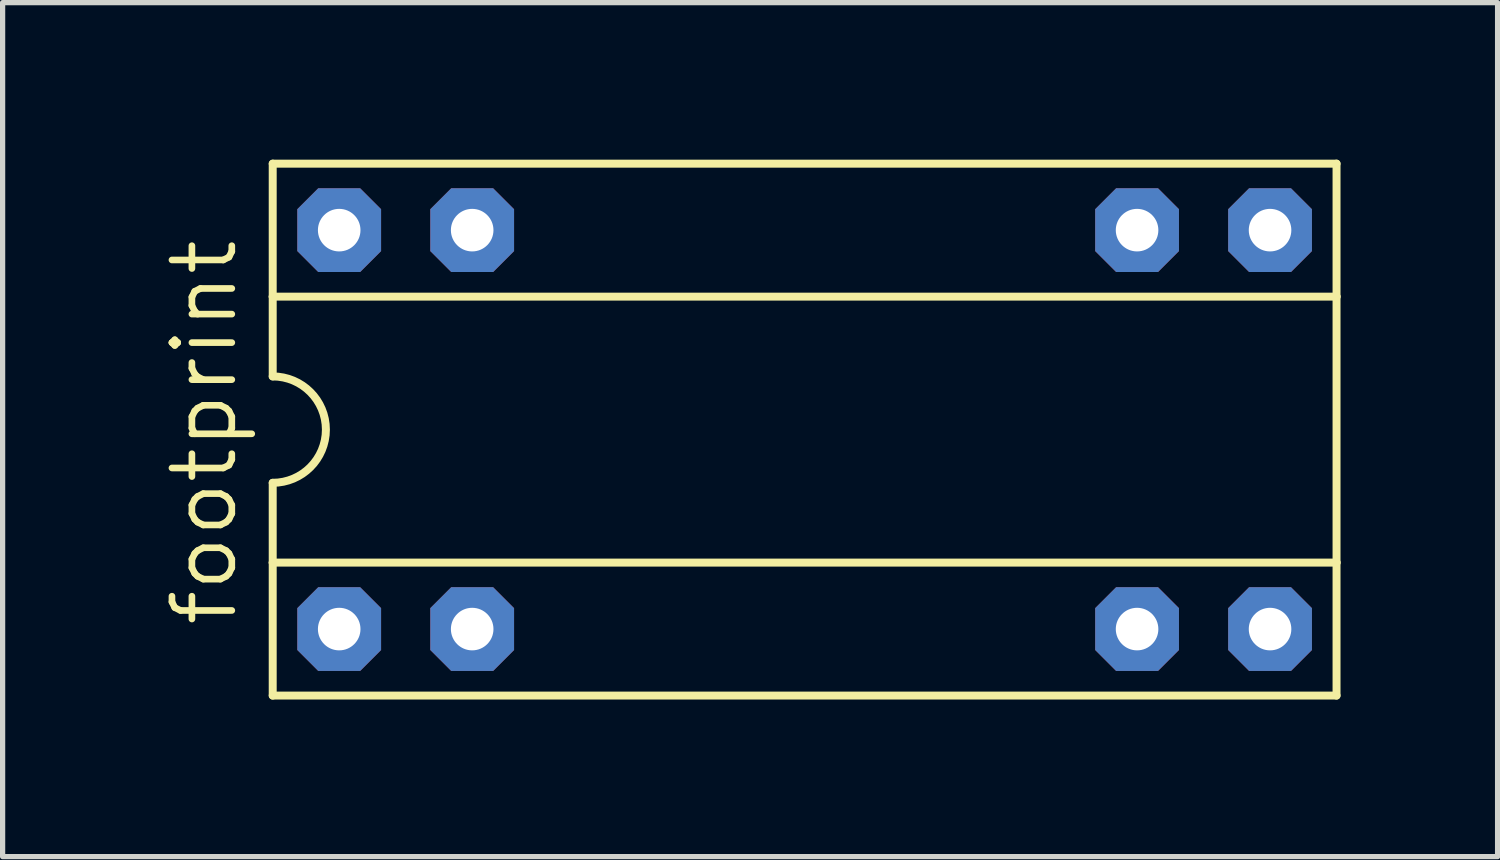
<source format=kicad_pcb>
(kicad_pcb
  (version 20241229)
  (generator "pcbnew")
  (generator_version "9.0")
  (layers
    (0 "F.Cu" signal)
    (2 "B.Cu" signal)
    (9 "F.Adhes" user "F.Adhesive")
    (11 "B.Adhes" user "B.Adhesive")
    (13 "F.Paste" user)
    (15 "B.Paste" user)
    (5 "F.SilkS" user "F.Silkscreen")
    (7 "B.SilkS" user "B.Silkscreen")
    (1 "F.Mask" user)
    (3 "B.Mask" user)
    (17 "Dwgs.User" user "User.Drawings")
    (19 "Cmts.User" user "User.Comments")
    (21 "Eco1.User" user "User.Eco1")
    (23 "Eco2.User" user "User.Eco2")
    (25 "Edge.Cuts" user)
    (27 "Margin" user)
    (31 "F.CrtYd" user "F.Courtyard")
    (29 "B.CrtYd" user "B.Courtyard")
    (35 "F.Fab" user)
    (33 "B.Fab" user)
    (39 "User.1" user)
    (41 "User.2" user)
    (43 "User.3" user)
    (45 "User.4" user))
  (footprint "footprint"
    (layer "F.Cu")
    (at 12.319 5.156)
    (property "Reference" "footprint" (at -10.795 3.81 90) (layer "F.SilkS") (effects (font (size 1.143 1.143) (thickness 0.127)) (justify left bottom)))
    (fp_line (start -10.16 -5.08) (end -10.16 -2.54) (stroke (width 0.152) (type solid)) (layer "F.SilkS"))
    (fp_line (start -10.16 -2.54) (end -10.16 -1.016) (stroke (width 0.152) (type solid)) (layer "F.SilkS"))
    (fp_line (start -10.16 -2.54) (end 10.16 -2.54) (stroke (width 0.152) (type solid)) (layer "F.SilkS"))
    (fp_line (start -10.16 2.54) (end -10.16 1.016) (stroke (width 0.152) (type solid)) (layer "F.SilkS"))
    (fp_line (start -10.16 2.54) (end 10.16 2.54) (stroke (width 0.152) (type solid)) (layer "F.SilkS"))
    (fp_line (start -10.16 5.08) (end -10.16 2.54) (stroke (width 0.152) (type solid)) (layer "F.SilkS"))
    (fp_line (start -10.16 5.08) (end 10.16 5.08) (stroke (width 0.152) (type solid)) (layer "F.SilkS"))
    (fp_line (start 10.16 -5.08) (end -10.16 -5.08) (stroke (width 0.152) (type solid)) (layer "F.SilkS"))
    (fp_line (start 10.16 -5.08) (end 10.16 -2.54) (stroke (width 0.152) (type solid)) (layer "F.SilkS"))
    (fp_line (start 10.16 -2.54) (end 10.16 2.54) (stroke (width 0.152) (type solid)) (layer "F.SilkS"))
    (fp_line (start 10.16 2.54) (end 10.16 5.08) (stroke (width 0.152) (type solid)) (layer "F.SilkS"))
    (fp_arc (start -10.16 -1.016) (mid -9.144 0) (end -10.16 1.016) (stroke (width 0.1524) (type solid)) (layer "F.SilkS"))
    (pad "1" thru_hole roundrect (at -8.89 3.81) (size 1.6 1.6) (drill 0.813) (layers "*.Cu" "*.Mask") (roundrect_rratio 0.25) (chamfer_ratio 0.25) (chamfer top_left top_right bottom_left bottom_right))
    (pad "2" thru_hole roundrect (at -6.35 3.81) (size 1.6 1.6) (drill 0.813) (layers "*.Cu" "*.Mask") (roundrect_rratio 0.25) (chamfer_ratio 0.25) (chamfer top_left top_right bottom_left bottom_right))
    (pad "7" thru_hole roundrect (at 6.35 3.81) (size 1.6 1.6) (drill 0.813) (layers "*.Cu" "*.Mask") (roundrect_rratio 0.25) (chamfer_ratio 0.25) (chamfer top_left top_right bottom_left bottom_right))
    (pad "8" thru_hole roundrect (at 8.89 3.81) (size 1.6 1.6) (drill 0.813) (layers "*.Cu" "*.Mask") (roundrect_rratio 0.25) (chamfer_ratio 0.25) (chamfer top_left top_right bottom_left bottom_right))
    (pad "9" thru_hole roundrect (at 8.89 -3.81) (size 1.6 1.6) (drill 0.813) (layers "*.Cu" "*.Mask") (roundrect_rratio 0.25) (chamfer_ratio 0.25) (chamfer top_left top_right bottom_left bottom_right))
    (pad "10" thru_hole roundrect (at 6.35 -3.81) (size 1.6 1.6) (drill 0.813) (layers "*.Cu" "*.Mask") (roundrect_rratio 0.25) (chamfer_ratio 0.25) (chamfer top_left top_right bottom_left bottom_right))
    (pad "15" thru_hole roundrect (at -6.35 -3.81) (size 1.6 1.6) (drill 0.813) (layers "*.Cu" "*.Mask") (roundrect_rratio 0.25) (chamfer_ratio 0.25) (chamfer top_left top_right bottom_left bottom_right))
    (pad "16" thru_hole roundrect (at -8.89 -3.81) (size 1.6 1.6) (drill 0.813) (layers "*.Cu" "*.Mask") (roundrect_rratio 0.25) (chamfer_ratio 0.25) (chamfer top_left top_right bottom_left bottom_right)))
  (gr_rect
    (start -3 -3)
    (end 25.555 13.312)
    (stroke (width 0.1) (type default))
    (fill no)
    (layer "Edge.Cuts")))
</source>
